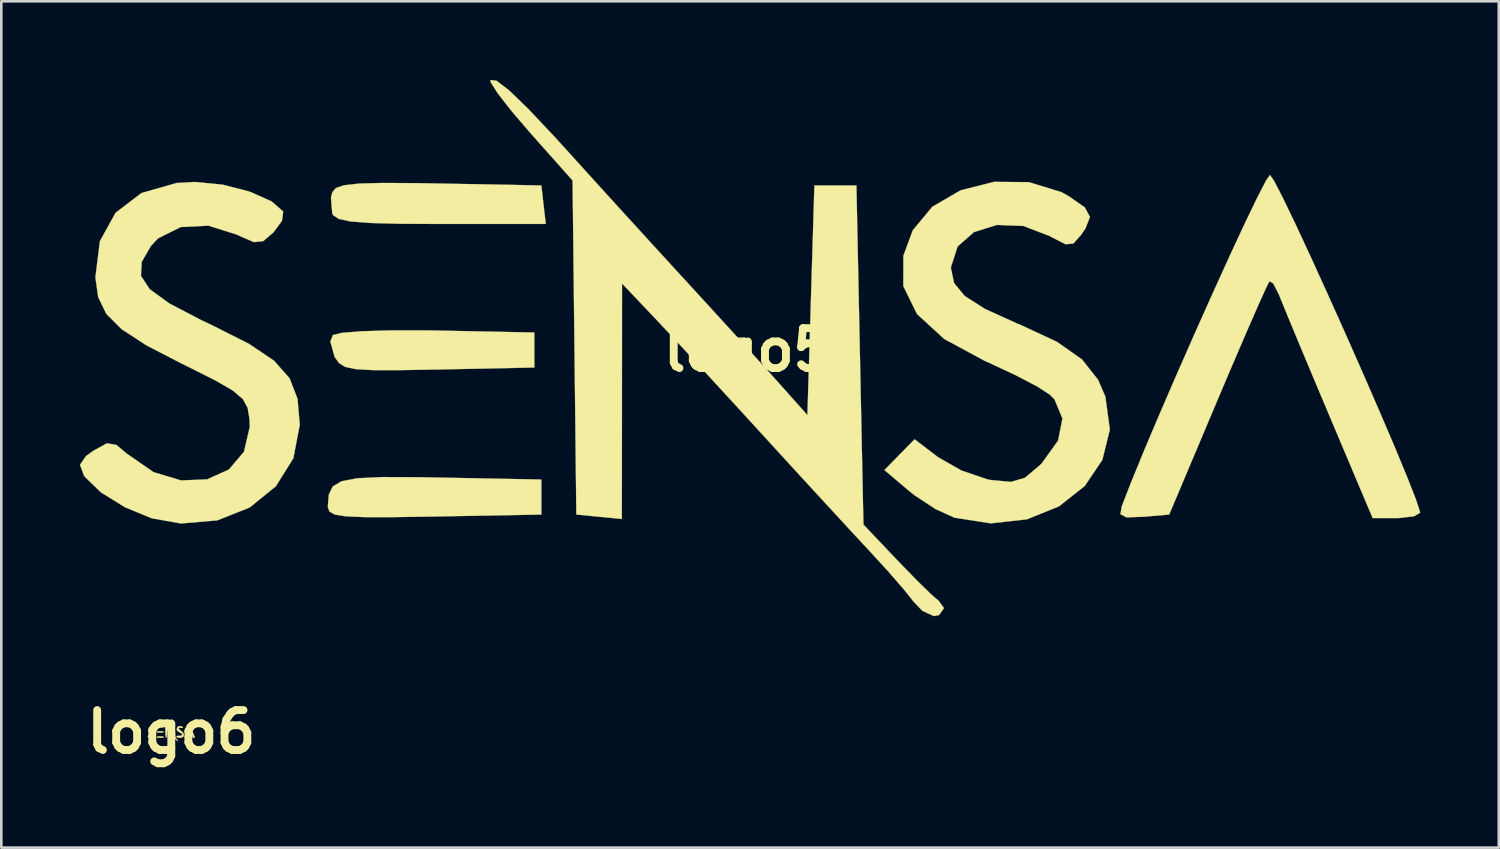
<source format=kicad_pcb>
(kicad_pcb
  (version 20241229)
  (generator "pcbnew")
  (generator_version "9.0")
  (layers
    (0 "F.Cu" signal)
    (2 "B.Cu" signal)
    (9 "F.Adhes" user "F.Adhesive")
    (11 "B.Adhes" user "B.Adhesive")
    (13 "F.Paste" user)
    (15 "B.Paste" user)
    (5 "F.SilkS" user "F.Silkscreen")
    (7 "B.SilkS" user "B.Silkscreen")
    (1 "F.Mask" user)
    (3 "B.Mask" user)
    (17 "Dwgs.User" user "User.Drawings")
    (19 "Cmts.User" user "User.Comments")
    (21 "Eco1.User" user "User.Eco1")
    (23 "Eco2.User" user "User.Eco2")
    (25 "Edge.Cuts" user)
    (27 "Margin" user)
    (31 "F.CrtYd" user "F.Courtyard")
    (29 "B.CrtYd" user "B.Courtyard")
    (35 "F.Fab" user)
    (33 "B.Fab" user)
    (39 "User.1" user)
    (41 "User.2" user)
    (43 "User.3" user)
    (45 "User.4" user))
  (footprint "logo5"
    (layer "F.Cu")
    (at 25.508 10.315)
    (property "Reference" "logo5" (at 0 0 0) (layer "F.SilkS") (effects (font (size 1.524 1.524) (thickness 0.3))))
    (attr through_hole)
    (fp_poly (pts (xy -12.581 4.857) (xy -11.744 4.872) (xy -7.887 4.946) (xy -7.887 6.283) (xy -11.965 6.357) (xy -13.525 6.381) (xy -14.629 6.381) (xy -15.354 6.351) (xy -15.778 6.283) (xy -15.98 6.168) (xy -16.037 5.999) (xy -16.038 5.956) (xy -16.002 5.52) (xy -15.853 5.211) (xy -15.512 5.01) (xy -14.905 4.896) (xy -13.953 4.852) (xy -12.581 4.857)) (stroke (width 0.01) (type solid)) (fill yes) (layer "F.SilkS"))
    (fp_poly (pts (xy -11.877 -0.743) (xy -8.155 -0.668) (xy -8.155 0.668) (xy -11.818 0.743) (xy -13.284 0.768) (xy -14.307 0.768) (xy -14.976 0.73) (xy -15.383 0.643) (xy -15.617 0.495) (xy -15.769 0.277) (xy -15.786 0.246) (xy -15.943 -0.325) (xy -15.845 -0.571) (xy -15.501 -0.656) (xy -14.727 -0.717) (xy -13.627 -0.75) (xy -12.307 -0.75) (xy -11.877 -0.743)) (stroke (width 0.01) (type solid)) (fill yes) (layer "F.SilkS"))
    (fp_poly (pts (xy -12.613 -6.371) (xy -11.8 -6.357) (xy -7.887 -6.283) (xy -7.803 -5.548) (xy -7.718 -4.813) (xy -11.718 -4.813) (xy -13.304 -4.821) (xy -14.432 -4.851) (xy -15.179 -4.91) (xy -15.62 -5.006) (xy -15.833 -5.145) (xy -15.871 -5.214) (xy -15.92 -5.816) (xy -15.869 -6.023) (xy -15.733 -6.183) (xy -15.42 -6.292) (xy -14.848 -6.355) (xy -13.939 -6.379) (xy -12.613 -6.371)) (stroke (width 0.01) (type solid)) (fill yes) (layer "F.SilkS"))
    (fp_poly (pts (xy 20.096 -6.451) (xy 20.43 -5.804) (xy 20.902 -4.822) (xy 21.479 -3.583) (xy 22.125 -2.165) (xy 22.806 -0.647) (xy 23.486 0.892) (xy 24.131 2.374) (xy 24.706 3.721) (xy 25.175 4.854) (xy 25.505 5.694) (xy 25.66 6.164) (xy 25.668 6.216) (xy 25.433 6.351) (xy 24.858 6.416) (xy 24.762 6.417) (xy 23.856 6.417) (xy 22.19 2.473) (xy 21.603 1.08) (xy 21.075 -0.181) (xy 20.648 -1.209) (xy 20.363 -1.903) (xy 20.281 -2.109) (xy 20.061 -2.542) (xy 19.915 -2.626) (xy 19.777 -2.351) (xy 19.468 -1.665) (xy 19.023 -0.647) (xy 18.479 0.62) (xy 17.94 1.89) (xy 16.087 6.283) (xy 15.093 6.368) (xy 14.454 6.39) (xy 14.225 6.267) (xy 14.278 5.967) (xy 14.636 5.042) (xy 15.129 3.84) (xy 15.722 2.44) (xy 16.381 0.917) (xy 17.071 -0.651) (xy 17.758 -2.187) (xy 18.407 -3.613) (xy 18.984 -4.853) (xy 19.455 -5.83) (xy 19.784 -6.466) (xy 19.936 -6.684) (xy 20.096 -6.451)) (stroke (width 0.01) (type solid)) (fill yes) (layer "F.SilkS"))
    (fp_poly (pts (xy -9.599 -10.281) (xy -9.133 -9.927) (xy -8.404 -9.224) (xy -7.384 -8.143) (xy -6.666 -7.353) (xy -5.821 -6.419) (xy -4.748 -5.239) (xy -3.582 -3.962) (xy -2.457 -2.734) (xy -2.402 -2.674) (xy -1.365 -1.542) (xy -0.359 -0.44) (xy 0.512 0.519) (xy 1.144 1.22) (xy 1.225 1.311) (xy 2.273 2.487) (xy 2.406 -1.898) (xy 2.54 -6.283) (xy 4.144 -6.283) (xy 4.278 0.191) (xy 4.412 6.665) (xy 5.748 8.073) (xy 6.43 8.775) (xy 6.975 9.309) (xy 7.274 9.569) (xy 7.286 9.575) (xy 7.487 9.856) (xy 7.3 10.118) (xy 7.1 10.16) (xy 6.662 9.959) (xy 6.33 9.611) (xy 5.955 9.14) (xy 5.343 8.437) (xy 4.644 7.673) (xy 3.987 6.966) (xy 3.076 5.978) (xy 2.014 4.824) (xy 0.909 3.616) (xy 0.536 3.208) (xy -0.556 2.015) (xy -1.637 0.841) (xy -2.601 -0.202) (xy -3.347 -1) (xy -3.538 -1.203) (xy -4.806 -2.54) (xy -4.809 1.955) (xy -4.813 6.451) (xy -5.682 6.367) (xy -6.551 6.283) (xy -6.622 -0.095) (xy -6.694 -6.473) (xy -8.335 -8.32) (xy -9.035 -9.138) (xy -9.553 -9.804) (xy -9.818 -10.222) (xy -9.831 -10.31) (xy -9.599 -10.281)) (stroke (width 0.01) (type solid)) (fill yes) (layer "F.SilkS"))
    (fp_poly (pts (xy 10.728 -6.409) (xy 11.97 -6.03) (xy 12.232 -5.885) (xy 12.864 -5.446) (xy 13.063 -5.08) (xy 12.883 -4.629) (xy 12.72 -4.396) (xy 12.43 -4.066) (xy 12.131 -4.038) (xy 11.611 -4.305) (xy 11.542 -4.345) (xy 10.519 -4.737) (xy 9.509 -4.777) (xy 8.632 -4.503) (xy 8.007 -3.953) (xy 7.754 -3.166) (xy 7.754 -3.116) (xy 7.873 -2.555) (xy 8.282 -2.059) (xy 9.055 -1.567) (xy 10.266 -1.018) (xy 10.413 -0.959) (xy 11.803 -0.311) (xy 12.757 0.36) (xy 13.372 1.137) (xy 13.649 1.778) (xy 13.821 3.039) (xy 13.534 4.197) (xy 12.862 5.193) (xy 11.879 5.969) (xy 10.658 6.464) (xy 9.273 6.619) (xy 7.887 6.402) (xy 7.173 6.077) (xy 6.371 5.553) (xy 6.149 5.376) (xy 5.214 4.584) (xy 5.789 3.996) (xy 6.365 3.409) (xy 7.269 4.098) (xy 8.154 4.602) (xy 9.148 4.94) (xy 9.288 4.966) (xy 10.052 5.036) (xy 10.581 4.878) (xy 11.148 4.4) (xy 11.218 4.331) (xy 11.845 3.46) (xy 12.011 2.614) (xy 11.706 1.881) (xy 11.528 1.703) (xy 11.046 1.392) (xy 10.23 0.964) (xy 9.242 0.502) (xy 9.056 0.421) (xy 7.498 -0.421) (xy 6.457 -1.375) (xy 5.936 -2.437) (xy 5.937 -3.602) (xy 6.296 -4.57) (xy 7.042 -5.47) (xy 8.123 -6.098) (xy 9.399 -6.421) (xy 10.728 -6.409)) (stroke (width 0.01) (type solid)) (fill yes) (layer "F.SilkS"))
    (fp_poly (pts (xy -20.063 -6.315) (xy -19.022 -6.047) (xy -18.184 -5.673) (xy -17.743 -5.288) (xy -17.792 -4.932) (xy -18.114 -4.494) (xy -18.507 -4.157) (xy -18.864 -4.119) (xy -19.424 -4.363) (xy -19.499 -4.402) (xy -20.597 -4.748) (xy -21.656 -4.696) (xy -22.524 -4.264) (xy -22.795 -3.976) (xy -23.147 -3.363) (xy -23.177 -2.83) (xy -22.84 -2.321) (xy -22.093 -1.779) (xy -20.892 -1.15) (xy -20.449 -0.94) (xy -19.05 -0.235) (xy -18.091 0.411) (xy -17.499 1.082) (xy -17.197 1.865) (xy -17.113 2.843) (xy -17.113 2.861) (xy -17.356 4.132) (xy -18.023 5.201) (xy -19.022 6.012) (xy -20.262 6.505) (xy -21.651 6.624) (xy -22.768 6.424) (xy -23.791 6.002) (xy -24.708 5.432) (xy -25.32 4.839) (xy -25.354 4.787) (xy -25.503 4.383) (xy -25.273 4.049) (xy -24.988 3.845) (xy -24.477 3.563) (xy -24.114 3.624) (xy -23.719 3.955) (xy -22.699 4.662) (xy -21.644 4.98) (xy -20.651 4.939) (xy -19.818 4.564) (xy -19.242 3.885) (xy -19.019 2.928) (xy -19.032 2.626) (xy -19.102 2.209) (xy -19.281 1.876) (xy -19.66 1.552) (xy -20.328 1.164) (xy -21.376 0.638) (xy -21.588 0.535) (xy -22.964 -0.177) (xy -23.909 -0.791) (xy -24.499 -1.381) (xy -24.809 -2.021) (xy -24.915 -2.773) (xy -24.744 -4.154) (xy -24.144 -5.241) (xy -23.154 -5.995) (xy -21.815 -6.377) (xy -21.131 -6.417) (xy -20.063 -6.315)) (stroke (width 0.01) (type solid)) (fill yes) (layer "F.SilkS")))
  (footprint "logo6"
    (layer "F.Cu")
    (at 3.491 24.898)
    (property "Reference" "logo6" (at 0 0 0) (layer "F.SilkS") (effects (font (size 1.524 1.524) (thickness 0.3))))
    (attr through_hole)
    (fp_poly (pts (xy -0.343 -0.221) (xy -0.292 -0.208) (xy -0.282 -0.198) (xy -0.308 -0.181) (xy -0.373 -0.171) (xy -0.423 -0.169) (xy -0.504 -0.174) (xy -0.555 -0.187) (xy -0.564 -0.198) (xy -0.539 -0.214) (xy -0.474 -0.224) (xy -0.423 -0.226) (xy -0.343 -0.221)) (stroke (width 0.01) (type solid)) (fill yes) (layer "F.SilkS"))
    (fp_poly (pts (xy -0.343 -0.023) (xy -0.292 -0.01) (xy -0.282 0) (xy -0.308 0.016) (xy -0.373 0.026) (xy -0.423 0.028) (xy -0.504 0.023) (xy -0.555 0.01) (xy -0.564 0) (xy -0.539 -0.016) (xy -0.474 -0.026) (xy -0.423 -0.028) (xy -0.343 -0.023)) (stroke (width 0.01) (type solid)) (fill yes) (layer "F.SilkS"))
    (fp_poly (pts (xy -0.343 0.174) (xy -0.292 0.187) (xy -0.282 0.198) (xy -0.308 0.214) (xy -0.373 0.224) (xy -0.423 0.226) (xy -0.504 0.221) (xy -0.555 0.208) (xy -0.564 0.198) (xy -0.539 0.181) (xy -0.474 0.171) (xy -0.423 0.169) (xy -0.343 0.174)) (stroke (width 0.01) (type solid)) (fill yes) (layer "F.SilkS"))
    (fp_poly (pts (xy 0.723 -0.202) (xy 0.757 -0.137) (xy 0.797 -0.045) (xy 0.807 -0.022) (xy 0.847 0.078) (xy 0.879 0.157) (xy 0.897 0.201) (xy 0.898 0.204) (xy 0.884 0.223) (xy 0.863 0.226) (xy 0.824 0.213) (xy 0.818 0.201) (xy 0.808 0.163) (xy 0.781 0.093) (xy 0.758 0.041) (xy 0.698 -0.095) (xy 0.638 0.056) (xy 0.599 0.14) (xy 0.562 0.2) (xy 0.542 0.219) (xy 0.511 0.218) (xy 0.508 0.212) (xy 0.519 0.172) (xy 0.546 0.1) (xy 0.584 0.011) (xy 0.625 -0.081) (xy 0.664 -0.161) (xy 0.693 -0.213) (xy 0.704 -0.226) (xy 0.723 -0.202)) (stroke (width 0.01) (type solid)) (fill yes) (layer "F.SilkS"))
    (fp_poly (pts (xy -0.659 -0.204) (xy -0.654 -0.179) (xy -0.695 -0.16) (xy -0.731 -0.157) (xy -0.794 -0.143) (xy -0.807 -0.11) (xy -0.773 -0.068) (xy -0.722 -0.038) (xy -0.634 0.022) (xy -0.601 0.092) (xy -0.62 0.168) (xy -0.671 0.209) (xy -0.75 0.226) (xy -0.834 0.217) (xy -0.875 0.198) (xy -0.901 0.167) (xy -0.885 0.14) (xy -0.85 0.123) (xy -0.834 0.139) (xy -0.794 0.162) (xy -0.746 0.169) (xy -0.689 0.154) (xy -0.674 0.116) (xy -0.698 0.069) (xy -0.759 0.024) (xy -0.776 0.016) (xy -0.847 -0.024) (xy -0.873 -0.074) (xy -0.875 -0.094) (xy -0.852 -0.173) (xy -0.79 -0.216) (xy -0.714 -0.221) (xy -0.659 -0.204)) (stroke (width 0.01) (type solid)) (fill yes) (layer "F.SilkS"))
    (fp_poly (pts (xy 0.344 -0.22) (xy 0.409 -0.204) (xy 0.444 -0.178) (xy 0.445 -0.177) (xy 0.436 -0.155) (xy 0.384 -0.156) (xy 0.369 -0.159) (xy 0.303 -0.161) (xy 0.281 -0.136) (xy 0.302 -0.094) (xy 0.365 -0.042) (xy 0.381 -0.032) (xy 0.455 0.033) (xy 0.482 0.106) (xy 0.459 0.176) (xy 0.446 0.192) (xy 0.396 0.215) (xy 0.322 0.225) (xy 0.252 0.222) (xy 0.216 0.207) (xy 0.198 0.17) (xy 0.232 0.151) (xy 0.302 0.149) (xy 0.384 0.141) (xy 0.419 0.111) (xy 0.406 0.071) (xy 0.341 0.029) (xy 0.249 -0.02) (xy 0.209 -0.074) (xy 0.215 -0.141) (xy 0.222 -0.158) (xy 0.257 -0.209) (xy 0.313 -0.222) (xy 0.344 -0.22)) (stroke (width 0.01) (type solid)) (fill yes) (layer "F.SilkS"))
    (fp_poly (pts (xy -0.308 -0.337) (xy -0.273 -0.304) (xy -0.211 -0.239) (xy -0.118 -0.137) (xy -0.038 -0.046) (xy 0.085 0.091) (xy 0.085 -0.068) (xy 0.089 -0.153) (xy 0.101 -0.211) (xy 0.113 -0.226) (xy 0.127 -0.199) (xy 0.137 -0.128) (xy 0.141 -0.023) (xy 0.141 -0.009) (xy 0.144 0.108) (xy 0.153 0.184) (xy 0.173 0.236) (xy 0.202 0.273) (xy 0.241 0.322) (xy 0.25 0.352) (xy 0.249 0.353) (xy 0.226 0.339) (xy 0.175 0.29) (xy 0.103 0.215) (xy 0.04 0.144) (xy -0.155 -0.08) (xy -0.164 0.073) (xy -0.174 0.172) (xy -0.188 0.219) (xy -0.203 0.216) (xy -0.216 0.167) (xy -0.224 0.076) (xy -0.226 0.002) (xy -0.229 -0.106) (xy -0.238 -0.19) (xy -0.25 -0.236) (xy -0.254 -0.24) (xy -0.287 -0.277) (xy -0.312 -0.319) (xy -0.32 -0.341) (xy -0.308 -0.337)) (stroke (width 0.01) (type solid)) (fill yes) (layer "F.SilkS")))
  (gr_rect
    (start -3 -3)
    (end 54.18 29.316)
    (stroke (width 0.1) (type default))
    (fill no)
    (layer "Edge.Cuts")))
</source>
